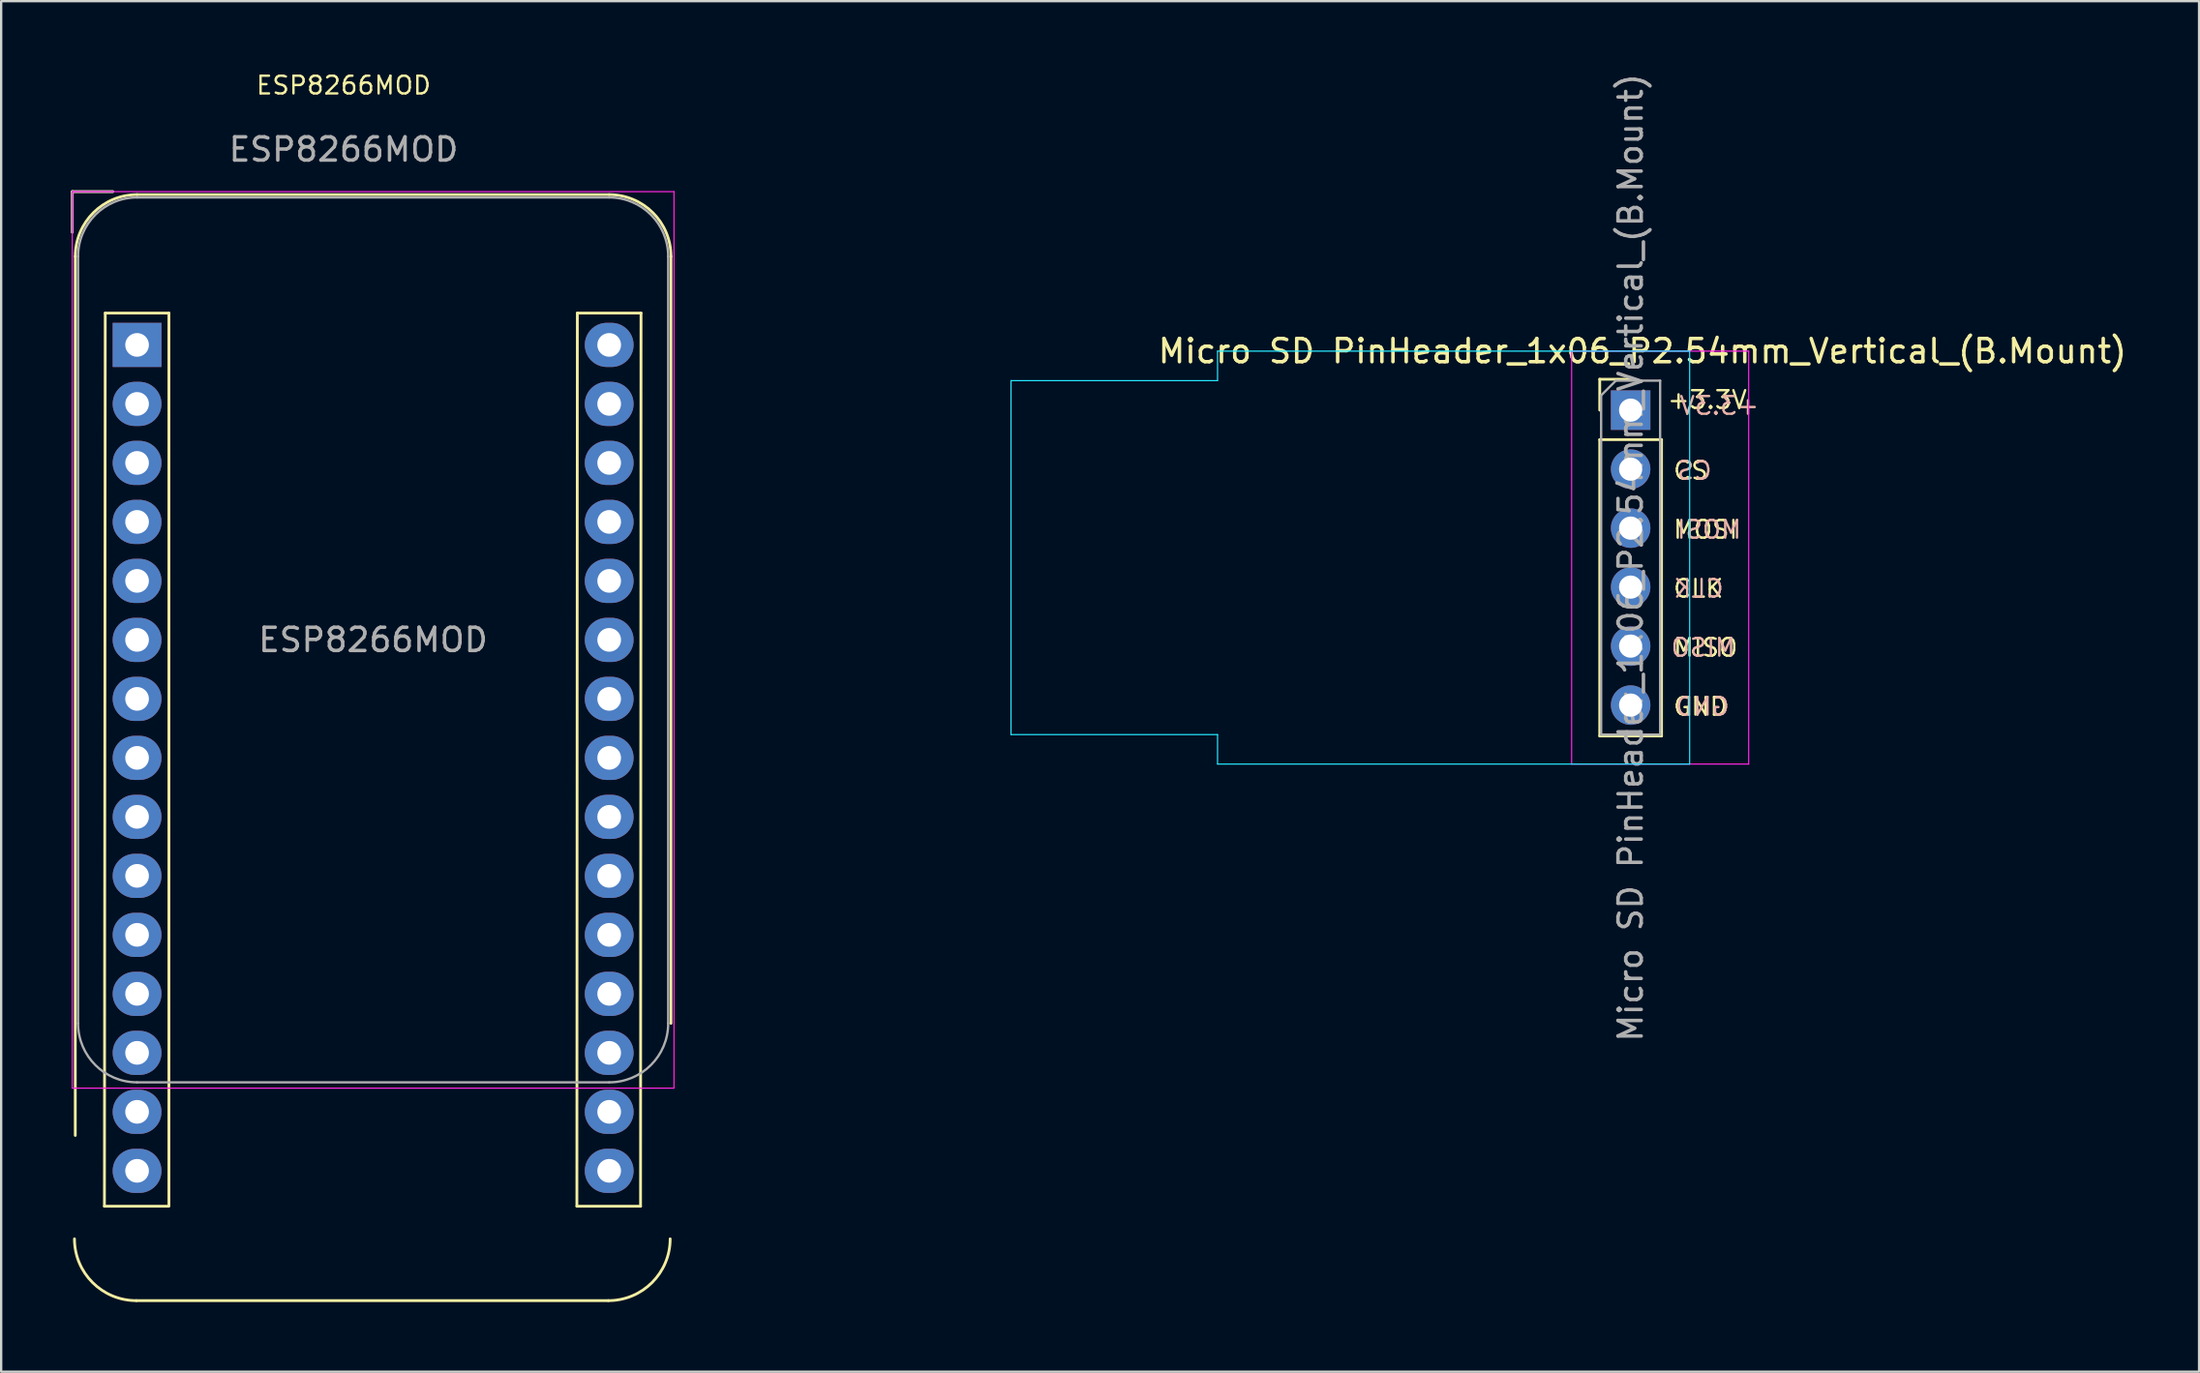
<source format=kicad_pcb>
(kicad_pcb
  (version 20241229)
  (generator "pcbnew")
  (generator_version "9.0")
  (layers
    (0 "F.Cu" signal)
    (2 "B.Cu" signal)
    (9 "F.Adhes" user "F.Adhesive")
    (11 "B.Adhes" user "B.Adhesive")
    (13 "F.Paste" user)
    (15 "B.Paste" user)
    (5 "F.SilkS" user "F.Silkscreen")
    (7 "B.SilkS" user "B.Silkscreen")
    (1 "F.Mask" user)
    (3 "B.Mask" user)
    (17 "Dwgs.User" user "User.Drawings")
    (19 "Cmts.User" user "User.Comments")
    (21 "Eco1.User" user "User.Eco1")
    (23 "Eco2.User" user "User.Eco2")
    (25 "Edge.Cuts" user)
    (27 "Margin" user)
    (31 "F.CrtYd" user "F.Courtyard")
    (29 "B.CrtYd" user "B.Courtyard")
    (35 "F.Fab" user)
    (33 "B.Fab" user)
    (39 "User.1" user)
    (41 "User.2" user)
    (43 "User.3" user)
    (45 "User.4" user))
  (footprint "ESP8266MOD"
    (layer "F.Cu")
    (at 2.85 11.8)
    (property "Reference" "ESP8266MOD" (at 8.89 -11.176 0) (unlocked yes) (layer "F.SilkS") (effects (font (size 0.762 0.762) (thickness 0.102))))
    (attr through_hole)
    (fp_line (start -2.79 -6.6) (end -1.04 -6.6) (stroke (width 0.12) (type solid)) (layer "F.SilkS"))
    (fp_line (start -2.79 -4.85) (end -2.79 -6.6) (stroke (width 0.12) (type solid)) (layer "F.SilkS"))
    (fp_line (start -2.66 -3.81) (end -2.66 34.036) (stroke (width 0.12) (type solid)) (layer "F.SilkS"))
    (fp_line (start -1.405 37.084) (end 1.335 37.084) (stroke (width 0.12) (type solid)) (layer "F.SilkS"))
    (fp_line (start -1.37 -1.37) (end -1.405 37.084) (stroke (width 0.12) (type solid)) (layer "F.SilkS"))
    (fp_line (start -0.035 41.148) (end 20.285 41.148) (stroke (width 0.12) (type solid)) (layer "F.SilkS"))
    (fp_line (start 0 -6.47) (end 20.32 -6.47) (stroke (width 0.12) (type solid)) (layer "F.SilkS"))
    (fp_line (start 1.37 -1.37) (end -1.37 -1.37) (stroke (width 0.12) (type solid)) (layer "F.SilkS"))
    (fp_line (start 1.37 37.084) (end 1.37 -1.37) (stroke (width 0.12) (type solid)) (layer "F.SilkS"))
    (fp_line (start 18.93 37.084) (end 21.67 37.084) (stroke (width 0.12) (type solid)) (layer "F.SilkS"))
    (fp_line (start 18.95 -1.37) (end 18.93 37.084) (stroke (width 0.12) (type solid)) (layer "F.SilkS"))
    (fp_line (start 21.67 37.084) (end 21.69 -1.37) (stroke (width 0.12) (type solid)) (layer "F.SilkS"))
    (fp_line (start 21.69 -1.37) (end 18.95 -1.37) (stroke (width 0.12) (type solid)) (layer "F.SilkS"))
    (fp_line (start 22.98 -3.81) (end 22.98 29.21) (stroke (width 0.12) (type solid)) (layer "F.SilkS"))
    (fp_arc (start -2.66 -3.81) (mid -1.880904 -5.690904) (end 0 -6.47) (stroke (width 0.12) (type solid)) (layer "F.SilkS"))
    (fp_arc (start -0.035 41.148) (mid -1.915904 40.368904) (end -2.695 38.488) (stroke (width 0.12) (type solid)) (layer "F.SilkS"))
    (fp_arc (start 20.32 -6.47) (mid 22.200904 -5.690904) (end 22.98 -3.81) (stroke (width 0.12) (type solid)) (layer "F.SilkS"))
    (fp_arc (start 22.945 38.488) (mid 22.165904 40.368904) (end 20.285 41.148) (stroke (width 0.12) (type solid)) (layer "F.SilkS"))
    (fp_line (start -2.79 -6.6) (end -2.79 32) (stroke (width 0.05) (type solid)) (layer "F.CrtYd"))
    (fp_line (start -2.79 32) (end 23.11 32) (stroke (width 0.05) (type solid)) (layer "F.CrtYd"))
    (fp_line (start 23.11 -6.6) (end -2.79 -6.6) (stroke (width 0.05) (type solid)) (layer "F.CrtYd"))
    (fp_line (start 23.11 32) (end 23.11 -6.6) (stroke (width 0.05) (type solid)) (layer "F.CrtYd"))
    (fp_line (start -2.79 -6.6) (end -1.04 -6.6) (stroke (width 0.1) (type solid)) (layer "F.Fab"))
    (fp_line (start -2.79 -4.85) (end -2.79 -6.6) (stroke (width 0.1) (type solid)) (layer "F.Fab"))
    (fp_line (start -2.54 -3.81) (end -2.54 29.21) (stroke (width 0.1) (type solid)) (layer "F.Fab"))
    (fp_line (start 0 -6.35) (end 20.32 -6.35) (stroke (width 0.1) (type solid)) (layer "F.Fab"))
    (fp_line (start 0 31.75) (end 20.32 31.75) (stroke (width 0.1) (type solid)) (layer "F.Fab"))
    (fp_line (start 22.86 -3.81) (end 22.86 29.21) (stroke (width 0.1) (type solid)) (layer "F.Fab"))
    (fp_arc (start -2.54 -3.81) (mid -1.796051 -5.606051) (end 0 -6.35) (stroke (width 0.1) (type solid)) (layer "F.Fab"))
    (fp_arc (start 0 31.75) (mid -1.796051 31.006051) (end -2.54 29.21) (stroke (width 0.1) (type solid)) (layer "F.Fab"))
    (fp_arc (start 20.32 -6.35) (mid 22.116051 -5.606051) (end 22.86 -3.81) (stroke (width 0.1) (type solid)) (layer "F.Fab"))
    (fp_arc (start 22.86 29.21) (mid 22.116051 31.006051) (end 20.32 31.75) (stroke (width 0.1) (type solid)) (layer "F.Fab"))
    (fp_text user "${REFERENCE}" (at 8.89 -8.414 0) (unlocked yes) (layer "F.Fab") (effects (font (size 1 1) (thickness 0.15))))
    (fp_text user "${REFERENCE}" (at 10.16 12.7 0) (layer "F.Fab") (effects (font (size 1 1) (thickness 0.15))))
    (pad "1" thru_hole rect (at 0 0) (size 2.1 1.9) (drill 1.02) (layers "*.Cu" "*.Mask"))
    (pad "2" thru_hole oval (at 0 2.54) (size 2.1 1.9) (drill 1.02) (layers "*.Cu" "*.Mask"))
    (pad "3" thru_hole oval (at 0 5.08) (size 2.1 1.9) (drill 1.02) (layers "*.Cu" "*.Mask"))
    (pad "4" thru_hole oval (at 0 7.62) (size 2.1 1.9) (drill 1.02) (layers "*.Cu" "*.Mask"))
    (pad "5" thru_hole oval (at 0 10.16) (size 2.1 1.9) (drill 1.02) (layers "*.Cu" "*.Mask"))
    (pad "6" thru_hole oval (at 0 12.7) (size 2.1 1.9) (drill 1.02) (layers "*.Cu" "*.Mask"))
    (pad "7" thru_hole oval (at 0 15.24) (size 2.1 1.9) (drill 1.02) (layers "*.Cu" "*.Mask"))
    (pad "8" thru_hole oval (at 0 17.78) (size 2.1 1.9) (drill 1.02) (layers "*.Cu" "*.Mask"))
    (pad "9" thru_hole oval (at 0 20.32) (size 2.1 1.9) (drill 1.02) (layers "*.Cu" "*.Mask"))
    (pad "10" thru_hole oval (at 0 22.86) (size 2.1 1.9) (drill 1.02) (layers "*.Cu" "*.Mask"))
    (pad "11" thru_hole oval (at 0 25.4 180) (size 2.1 1.9) (drill 1.02) (layers "*.Cu" "*.Mask"))
    (pad "12" thru_hole oval (at 0 27.94 180) (size 2.1 1.9) (drill 1.02) (layers "*.Cu" "*.Mask"))
    (pad "13" thru_hole oval (at 0 30.48 180) (size 2.1 1.9) (drill 1.02) (layers "*.Cu" "*.Mask"))
    (pad "14" thru_hole oval (at 0 33.02 180) (size 2.1 1.9) (drill 1.02) (layers "*.Cu" "*.Mask"))
    (pad "15" thru_hole oval (at 0 35.56 180) (size 2.1 1.9) (drill 1.02) (layers "*.Cu" "*.Mask"))
    (pad "16" thru_hole oval (at 20.32 35.56) (size 2.1 1.9) (drill 1.02) (layers "*.Cu" "*.Mask"))
    (pad "17" thru_hole oval (at 20.32 33.02) (size 2.1 1.9) (drill 1.02) (layers "*.Cu" "*.Mask"))
    (pad "18" thru_hole oval (at 20.32 30.48) (size 2.1 1.9) (drill 1.02) (layers "*.Cu" "*.Mask"))
    (pad "19" thru_hole oval (at 20.32 27.94) (size 2.1 1.9) (drill 1.02) (layers "*.Cu" "*.Mask"))
    (pad "20" thru_hole oval (at 20.32 25.4) (size 2.1 1.9) (drill 1.02) (layers "*.Cu" "*.Mask"))
    (pad "21" thru_hole oval (at 20.32 22.86) (size 2.1 1.9) (drill 1.02) (layers "*.Cu" "*.Mask"))
    (pad "22" thru_hole oval (at 20.32 20.32) (size 2.1 1.9) (drill 1.02) (layers "*.Cu" "*.Mask"))
    (pad "23" thru_hole oval (at 20.32 17.78) (size 2.1 1.9) (drill 1.02) (layers "*.Cu" "*.Mask"))
    (pad "24" thru_hole oval (at 20.32 15.24) (size 2.1 1.9) (drill 1.02) (layers "*.Cu" "*.Mask"))
    (pad "25" thru_hole oval (at 20.32 12.7) (size 2.1 1.9) (drill 1.02) (layers "*.Cu" "*.Mask"))
    (pad "26" thru_hole oval (at 20.32 10.16) (size 2.1 1.9) (drill 1.02) (layers "*.Cu" "*.Mask"))
    (pad "27" thru_hole oval (at 20.32 7.62) (size 2.1 1.9) (drill 1.02) (layers "*.Cu" "*.Mask"))
    (pad "28" thru_hole oval (at 20.32 5.08) (size 2.1 1.9) (drill 1.02) (layers "*.Cu" "*.Mask"))
    (pad "29" thru_hole oval (at 20.32 2.54) (size 2.1 1.9) (drill 1.02) (layers "*.Cu" "*.Mask"))
    (pad "30" thru_hole oval (at 20.32 0) (size 2.1 1.9) (drill 1.02) (layers "*.Cu" "*.Mask")))
  (footprint "Micro SD PinHeader_1x06_P2.54mm_Vertical_(B.Mount)"
    (layer "F.Cu")
    (at 67.135 14.608)
    (property "Reference" "Micro SD PinHeader_1x06_P2.54mm_Vertical_(B.Mount)" (at 0.508 -2.54 0) (layer "F.SilkS") (effects (font (size 1 1) (thickness 0.15))))
    (attr through_hole)
    (fp_line (start -1.33 -1.33) (end 0 -1.33) (stroke (width 0.12) (type solid)) (layer "F.SilkS"))
    (fp_line (start -1.33 0) (end -1.33 -1.33) (stroke (width 0.12) (type solid)) (layer "F.SilkS"))
    (fp_line (start -1.33 1.27) (end -1.33 14.03) (stroke (width 0.12) (type solid)) (layer "F.SilkS"))
    (fp_line (start -1.33 1.27) (end 1.33 1.27) (stroke (width 0.12) (type solid)) (layer "F.SilkS"))
    (fp_line (start -1.33 14.03) (end 1.33 14.03) (stroke (width 0.12) (type solid)) (layer "F.SilkS"))
    (fp_line (start 1.33 1.27) (end 1.33 14.03) (stroke (width 0.12) (type solid)) (layer "F.SilkS"))
    (fp_line (start -26.67 -1.27) (end -26.67 13.97) (stroke (width 0.05) (type default)) (layer "B.CrtYd"))
    (fp_line (start -26.67 13.97) (end -17.78 13.97) (stroke (width 0.05) (type default)) (layer "B.CrtYd"))
    (fp_line (start -17.78 -2.54) (end -17.78 -1.27) (stroke (width 0.05) (type default)) (layer "B.CrtYd"))
    (fp_line (start -17.78 -1.27) (end -26.67 -1.27) (stroke (width 0.05) (type default)) (layer "B.CrtYd"))
    (fp_line (start -17.78 13.97) (end -17.78 15.24) (stroke (width 0.05) (type default)) (layer "B.CrtYd"))
    (fp_line (start -17.78 15.24) (end 2.54 15.24) (stroke (width 0.05) (type default)) (layer "B.CrtYd"))
    (fp_line (start 2.54 -2.54) (end -17.78 -2.54) (stroke (width 0.05) (type default)) (layer "B.CrtYd"))
    (fp_line (start 2.54 15.24) (end 2.54 -2.54) (stroke (width 0.05) (type default)) (layer "B.CrtYd"))
    (fp_line (start -2.54 -2.54) (end -2.54 15.24) (stroke (width 0.05) (type solid)) (layer "F.CrtYd"))
    (fp_line (start -2.54 15.24) (end 5.08 15.24) (stroke (width 0.05) (type solid)) (layer "F.CrtYd"))
    (fp_line (start 5.08 -2.54) (end -2.54 -2.54) (stroke (width 0.05) (type solid)) (layer "F.CrtYd"))
    (fp_line (start 5.08 15.24) (end 5.08 -2.54) (stroke (width 0.05) (type solid)) (layer "F.CrtYd"))
    (fp_line (start -1.27 -0.635) (end -0.635 -1.27) (stroke (width 0.1) (type solid)) (layer "F.Fab"))
    (fp_line (start -1.27 13.97) (end -1.27 -0.635) (stroke (width 0.1) (type solid)) (layer "F.Fab"))
    (fp_line (start -0.635 -1.27) (end 1.27 -1.27) (stroke (width 0.1) (type solid)) (layer "F.Fab"))
    (fp_line (start 1.27 -1.27) (end 1.27 13.97) (stroke (width 0.1) (type solid)) (layer "F.Fab"))
    (fp_line (start 1.27 13.97) (end -1.27 13.97) (stroke (width 0.1) (type solid)) (layer "F.Fab"))
    (fp_line (start -38.1 -1.27) (end -38.1 13.97) (stroke (width 0.1) (type default)) (layer "User.1"))
    (fp_line (start -38.1 13.97) (end -26.67 13.97) (stroke (width 0.1) (type default)) (layer "User.1"))
    (fp_line (start -26.67 -1.27) (end -38.1 -1.27) (stroke (width 0.1) (type default)) (layer "User.1"))
    (fp_text user "CLK" (at 1.778 8.128 0) (unlocked yes) (layer "F.SilkS") (effects (font (size 0.762 0.762) (thickness 0.102)) (justify left bottom)))
    (fp_text user "CS" (at 1.778 3.048 0) (unlocked yes) (layer "F.SilkS") (effects (font (size 0.762 0.762) (thickness 0.102)) (justify left bottom)))
    (fp_text user "+3.3V" (at 1.524 0 0) (unlocked yes) (layer "F.SilkS") (effects (font (size 0.762 0.762) (thickness 0.102)) (justify left bottom)))
    (fp_text user "MISO" (at 1.778 10.668 0) (unlocked yes) (layer "F.SilkS") (effects (font (size 0.762 0.762) (thickness 0.102)) (justify left bottom)))
    (fp_text user "GND" (at 1.778 13.208 0) (unlocked yes) (layer "F.SilkS") (effects (font (size 0.762 0.762) (thickness 0.102)) (justify left bottom)))
    (fp_text user "MOSI" (at 1.778 5.588 0) (unlocked yes) (layer "F.SilkS") (effects (font (size 0.762 0.762) (thickness 0.102)) (justify left bottom)))
    (fp_text user "CLK" (at 4.064 8.128 0) (unlocked yes) (layer "B.SilkS") (effects (font (size 0.762 0.762) (thickness 0.102)) (justify left bottom mirror)))
    (fp_text user "CS" (at 3.556 3.048 0) (unlocked yes) (layer "B.SilkS") (effects (font (size 0.762 0.762) (thickness 0.102)) (justify left bottom mirror)))
    (fp_text user "MISO" (at 4.572 10.668 0) (unlocked yes) (layer "B.SilkS") (effects (font (size 0.762 0.762) (thickness 0.102)) (justify left bottom mirror)))
    (fp_text user "+3.3V" (at 5.588 0.254 0) (unlocked yes) (layer "B.SilkS") (effects (font (size 0.762 0.762) (thickness 0.102)) (justify left bottom mirror)))
    (fp_text user "GND" (at 4.318 13.208 0) (unlocked yes) (layer "B.SilkS") (effects (font (size 0.762 0.762) (thickness 0.102)) (justify left bottom mirror)))
    (fp_text user "MOSI" (at 4.826 5.588 0) (unlocked yes) (layer "B.SilkS") (effects (font (size 0.762 0.762) (thickness 0.102)) (justify left bottom mirror)))
    (fp_text user "${REFERENCE}" (at 0 6.35 90) (layer "F.Fab") (effects (font (size 1 1) (thickness 0.15))))
    (fp_text user "Courtyard for" (at -38.1 5.08 0) (unlocked yes) (layer "User.1") (effects (font (size 1 1) (thickness 0.15)) (justify left bottom)))
    (fp_text user "SC Mount" (at -36.83 7.62 0) (unlocked yes) (layer "User.1") (effects (font (size 1 1) (thickness 0.15)) (justify left bottom)))
    (pad "1" thru_hole rect (at 0 0) (size 1.7 1.7) (drill 1) (layers "*.Cu" "*.Mask"))
    (pad "2" thru_hole oval (at 0 2.54) (size 1.7 1.7) (drill 1) (layers "*.Cu" "*.Mask"))
    (pad "3" thru_hole oval (at 0 5.08) (size 1.7 1.7) (drill 1) (layers "*.Cu" "*.Mask"))
    (pad "4" thru_hole oval (at 0 7.62) (size 1.7 1.7) (drill 1) (layers "*.Cu" "*.Mask"))
    (pad "5" thru_hole oval (at 0 10.16) (size 1.7 1.7) (drill 1) (layers "*.Cu" "*.Mask"))
    (pad "6" thru_hole oval (at 0 12.7) (size 1.7 1.7) (drill 1) (layers "*.Cu" "*.Mask")))
  (gr_rect
    (start -3 -3)
    (end 91.601 56.008)
    (stroke (width 0.1) (type default))
    (fill no)
    (layer "Edge.Cuts")))
</source>
